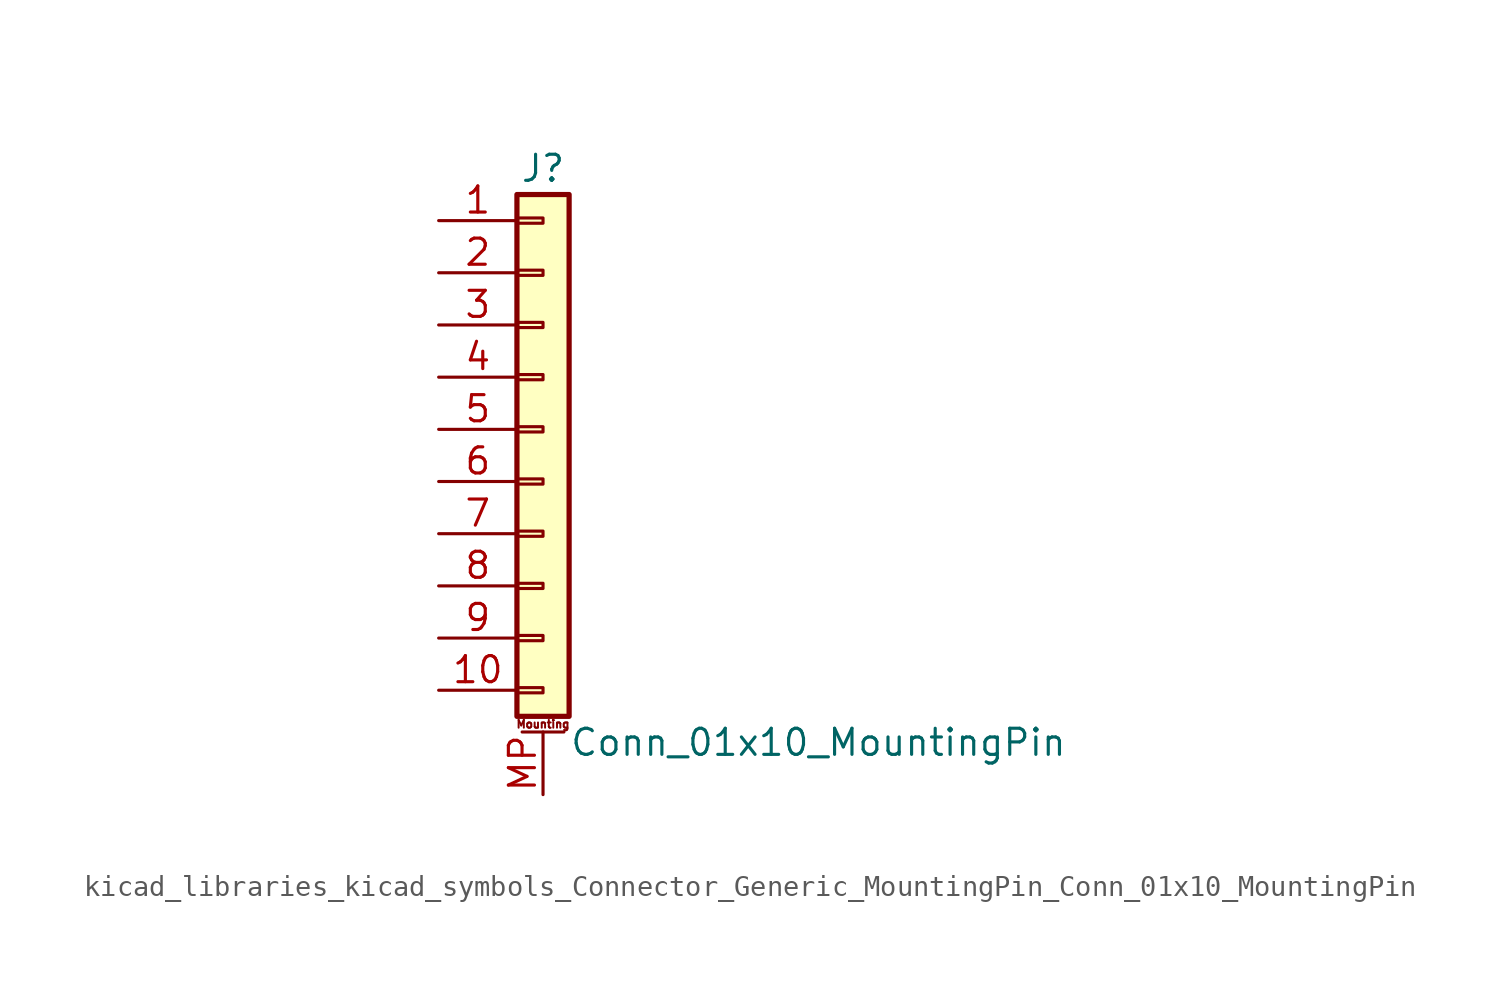
<source format=kicad_sym>
(kicad_symbol_lib
  (version 20220914)
  (generator kicad_symbol_editor)
  (symbol "kicad_libraries_kicad_symbols_Connector_Generic_MountingPin_Conn_01x10_MountingPin"
    (pin_names
      (offset 1.016) hide)
    (property "Reference" "J"
      (at 0 12.7 0)
      (effects (font (size 1.27 1.27))))
    (property "Value" "Conn_01x10_MountingPin"
      (at 1.27 -15.24 0)
      (effects (font (size 1.27 1.27)) (justify left)))
    (symbol "kicad_libraries_kicad_symbols_Connector_Generic_MountingPin_Conn_01x10_MountingPin_1_1"
      (rectangle (start -1.27 -12.573) (end 0 -12.827) (stroke (width 0.152) (type default)) (fill (type none)))
      (rectangle (start -1.27 -10.033) (end 0 -10.287) (stroke (width 0.152) (type default)) (fill (type none)))
      (rectangle (start -1.27 -7.493) (end 0 -7.747) (stroke (width 0.152) (type default)) (fill (type none)))
      (rectangle (start -1.27 -4.953) (end 0 -5.207) (stroke (width 0.152) (type default)) (fill (type none)))
      (rectangle (start -1.27 -2.413) (end 0 -2.667) (stroke (width 0.152) (type default)) (fill (type none)))
      (rectangle (start -1.27 0.127) (end 0 -0.127) (stroke (width 0.152) (type default)) (fill (type none)))
      (rectangle (start -1.27 2.667) (end 0 2.413) (stroke (width 0.152) (type default)) (fill (type none)))
      (rectangle (start -1.27 5.207) (end 0 4.953) (stroke (width 0.152) (type default)) (fill (type none)))
      (rectangle (start -1.27 7.747) (end 0 7.493) (stroke (width 0.152) (type default)) (fill (type none)))
      (rectangle (start -1.27 10.287) (end 0 10.033) (stroke (width 0.152) (type default)) (fill (type none)))
      (rectangle (start -1.27 11.43) (end 1.27 -13.97) (stroke (width 0.254) (type default)) (fill (type background)))
      (polyline (pts (xy -1.016 -14.732) (xy 1.016 -14.732)) (stroke (width 0.152) (type default)) (fill (type none)))
      (text "Mounting" (at 0 -14.351 0) (effects (font (size 0.381 0.381))))
      (pin passive line (at -5.08 10.16 0) (length 3.81) (name "Pin_1" (effects (font (size 1.27 1.27)))) (number "1" (effects (font (size 1.27 1.27)))))
      (pin passive line (at -5.08 -12.7 0) (length 3.81) (name "Pin_10" (effects (font (size 1.27 1.27)))) (number "10" (effects (font (size 1.27 1.27)))))
      (pin passive line (at -5.08 7.62 0) (length 3.81) (name "Pin_2" (effects (font (size 1.27 1.27)))) (number "2" (effects (font (size 1.27 1.27)))))
      (pin passive line (at -5.08 5.08 0) (length 3.81) (name "Pin_3" (effects (font (size 1.27 1.27)))) (number "3" (effects (font (size 1.27 1.27)))))
      (pin passive line (at -5.08 2.54 0) (length 3.81) (name "Pin_4" (effects (font (size 1.27 1.27)))) (number "4" (effects (font (size 1.27 1.27)))))
      (pin passive line (at -5.08 0 0) (length 3.81) (name "Pin_5" (effects (font (size 1.27 1.27)))) (number "5" (effects (font (size 1.27 1.27)))))
      (pin passive line (at -5.08 -2.54 0) (length 3.81) (name "Pin_6" (effects (font (size 1.27 1.27)))) (number "6" (effects (font (size 1.27 1.27)))))
      (pin passive line (at -5.08 -5.08 0) (length 3.81) (name "Pin_7" (effects (font (size 1.27 1.27)))) (number "7" (effects (font (size 1.27 1.27)))))
      (pin passive line (at -5.08 -7.62 0) (length 3.81) (name "Pin_8" (effects (font (size 1.27 1.27)))) (number "8" (effects (font (size 1.27 1.27)))))
      (pin passive line (at -5.08 -10.16 0) (length 3.81) (name "Pin_9" (effects (font (size 1.27 1.27)))) (number "9" (effects (font (size 1.27 1.27)))))
      (pin passive line (at 0 -17.78 90) (length 3.048) (name "MountPin" (effects (font (size 1.27 1.27)))) (number "MP" (effects (font (size 1.27 1.27))))))))
</source>
